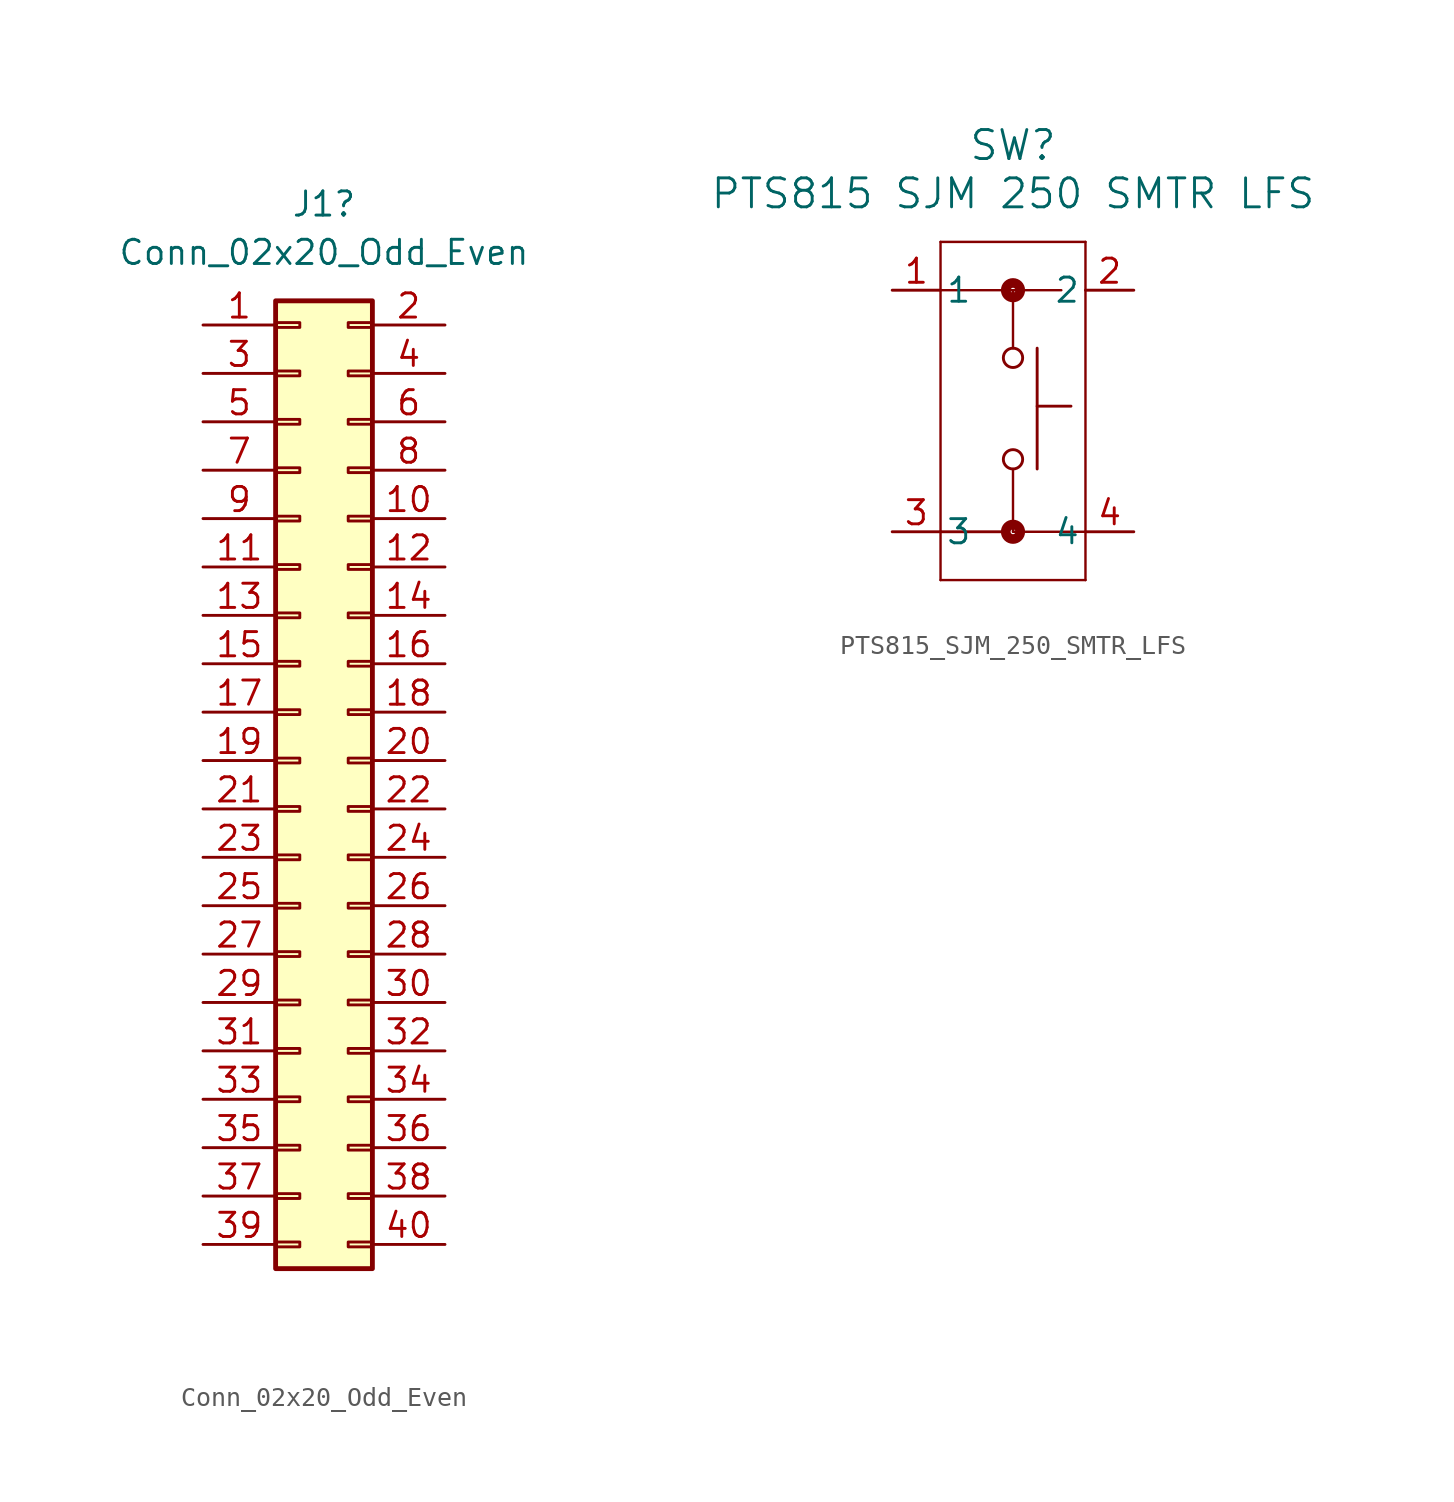
<source format=kicad_sym>
(kicad_symbol_lib
  (version 20241209)
  (generator "kicad_symbol_editor")
  (generator_version "9.0")
  (symbol "Conn_02x20_Odd_Even"
    (pin_names
      (offset 1.016)
      (hide yes))
    (property "Reference" "J1"
      (at 1.27 29.21 0)
      (effects (font (size 1.27 1.27))))
    (property "Value" "Conn_02x20_Odd_Even"
      (at 1.27 26.67 0)
      (effects (font (size 1.27 1.27))))
    (symbol "Conn_02x20_Odd_Even_1_1"
      (rectangle (start -1.27 24.13) (end 3.81 -26.67) (stroke (width 0.254) (type default)) (fill (type background)))
      (rectangle (start -1.27 22.987) (end 0 22.733) (stroke (width 0.152) (type default)) (fill (type none)))
      (rectangle (start -1.27 20.447) (end 0 20.193) (stroke (width 0.152) (type default)) (fill (type none)))
      (rectangle (start -1.27 17.907) (end 0 17.653) (stroke (width 0.152) (type default)) (fill (type none)))
      (rectangle (start -1.27 15.367) (end 0 15.113) (stroke (width 0.152) (type default)) (fill (type none)))
      (rectangle (start -1.27 12.827) (end 0 12.573) (stroke (width 0.152) (type default)) (fill (type none)))
      (rectangle (start -1.27 10.287) (end 0 10.033) (stroke (width 0.152) (type default)) (fill (type none)))
      (rectangle (start -1.27 7.747) (end 0 7.493) (stroke (width 0.152) (type default)) (fill (type none)))
      (rectangle (start -1.27 5.207) (end 0 4.953) (stroke (width 0.152) (type default)) (fill (type none)))
      (rectangle (start -1.27 2.667) (end 0 2.413) (stroke (width 0.152) (type default)) (fill (type none)))
      (rectangle (start -1.27 0.127) (end 0 -0.127) (stroke (width 0.152) (type default)) (fill (type none)))
      (rectangle (start -1.27 -2.413) (end 0 -2.667) (stroke (width 0.152) (type default)) (fill (type none)))
      (rectangle (start -1.27 -4.953) (end 0 -5.207) (stroke (width 0.152) (type default)) (fill (type none)))
      (rectangle (start -1.27 -7.493) (end 0 -7.747) (stroke (width 0.152) (type default)) (fill (type none)))
      (rectangle (start -1.27 -10.033) (end 0 -10.287) (stroke (width 0.152) (type default)) (fill (type none)))
      (rectangle (start -1.27 -12.573) (end 0 -12.827) (stroke (width 0.152) (type default)) (fill (type none)))
      (rectangle (start -1.27 -15.113) (end 0 -15.367) (stroke (width 0.152) (type default)) (fill (type none)))
      (rectangle (start -1.27 -17.653) (end 0 -17.907) (stroke (width 0.152) (type default)) (fill (type none)))
      (rectangle (start -1.27 -20.193) (end 0 -20.447) (stroke (width 0.152) (type default)) (fill (type none)))
      (rectangle (start -1.27 -22.733) (end 0 -22.987) (stroke (width 0.152) (type default)) (fill (type none)))
      (rectangle (start -1.27 -25.273) (end 0 -25.527) (stroke (width 0.152) (type default)) (fill (type none)))
      (rectangle (start 3.81 22.987) (end 2.54 22.733) (stroke (width 0.152) (type default)) (fill (type none)))
      (rectangle (start 3.81 20.447) (end 2.54 20.193) (stroke (width 0.152) (type default)) (fill (type none)))
      (rectangle (start 3.81 17.907) (end 2.54 17.653) (stroke (width 0.152) (type default)) (fill (type none)))
      (rectangle (start 3.81 15.367) (end 2.54 15.113) (stroke (width 0.152) (type default)) (fill (type none)))
      (rectangle (start 3.81 12.827) (end 2.54 12.573) (stroke (width 0.152) (type default)) (fill (type none)))
      (rectangle (start 3.81 10.287) (end 2.54 10.033) (stroke (width 0.152) (type default)) (fill (type none)))
      (rectangle (start 3.81 7.747) (end 2.54 7.493) (stroke (width 0.152) (type default)) (fill (type none)))
      (rectangle (start 3.81 5.207) (end 2.54 4.953) (stroke (width 0.152) (type default)) (fill (type none)))
      (rectangle (start 3.81 2.667) (end 2.54 2.413) (stroke (width 0.152) (type default)) (fill (type none)))
      (rectangle (start 3.81 0.127) (end 2.54 -0.127) (stroke (width 0.152) (type default)) (fill (type none)))
      (rectangle (start 3.81 -2.413) (end 2.54 -2.667) (stroke (width 0.152) (type default)) (fill (type none)))
      (rectangle (start 3.81 -4.953) (end 2.54 -5.207) (stroke (width 0.152) (type default)) (fill (type none)))
      (rectangle (start 3.81 -7.493) (end 2.54 -7.747) (stroke (width 0.152) (type default)) (fill (type none)))
      (rectangle (start 3.81 -10.033) (end 2.54 -10.287) (stroke (width 0.152) (type default)) (fill (type none)))
      (rectangle (start 3.81 -12.573) (end 2.54 -12.827) (stroke (width 0.152) (type default)) (fill (type none)))
      (rectangle (start 3.81 -15.113) (end 2.54 -15.367) (stroke (width 0.152) (type default)) (fill (type none)))
      (rectangle (start 3.81 -17.653) (end 2.54 -17.907) (stroke (width 0.152) (type default)) (fill (type none)))
      (rectangle (start 3.81 -20.193) (end 2.54 -20.447) (stroke (width 0.152) (type default)) (fill (type none)))
      (rectangle (start 3.81 -22.733) (end 2.54 -22.987) (stroke (width 0.152) (type default)) (fill (type none)))
      (rectangle (start 3.81 -25.273) (end 2.54 -25.527) (stroke (width 0.152) (type default)) (fill (type none)))
      (pin passive line (at -5.08 22.86 0) (length 3.81) (name "Pin_1" (effects (font (size 1.27 1.27)))) (number "1" (effects (font (size 1.27 1.27)))))
      (pin passive line (at -5.08 20.32 0) (length 3.81) (name "Pin_3" (effects (font (size 1.27 1.27)))) (number "3" (effects (font (size 1.27 1.27)))))
      (pin passive line (at -5.08 17.78 0) (length 3.81) (name "Pin_5" (effects (font (size 1.27 1.27)))) (number "5" (effects (font (size 1.27 1.27)))))
      (pin passive line (at -5.08 15.24 0) (length 3.81) (name "Pin_7" (effects (font (size 1.27 1.27)))) (number "7" (effects (font (size 1.27 1.27)))))
      (pin passive line (at -5.08 12.7 0) (length 3.81) (name "Pin_9" (effects (font (size 1.27 1.27)))) (number "9" (effects (font (size 1.27 1.27)))))
      (pin passive line (at -5.08 10.16 0) (length 3.81) (name "Pin_11" (effects (font (size 1.27 1.27)))) (number "11" (effects (font (size 1.27 1.27)))))
      (pin passive line (at -5.08 7.62 0) (length 3.81) (name "Pin_13" (effects (font (size 1.27 1.27)))) (number "13" (effects (font (size 1.27 1.27)))))
      (pin passive line (at -5.08 5.08 0) (length 3.81) (name "Pin_15" (effects (font (size 1.27 1.27)))) (number "15" (effects (font (size 1.27 1.27)))))
      (pin passive line (at -5.08 2.54 0) (length 3.81) (name "Pin_17" (effects (font (size 1.27 1.27)))) (number "17" (effects (font (size 1.27 1.27)))))
      (pin passive line (at -5.08 0 0) (length 3.81) (name "Pin_19" (effects (font (size 1.27 1.27)))) (number "19" (effects (font (size 1.27 1.27)))))
      (pin passive line (at -5.08 -2.54 0) (length 3.81) (name "Pin_21" (effects (font (size 1.27 1.27)))) (number "21" (effects (font (size 1.27 1.27)))))
      (pin passive line (at -5.08 -5.08 0) (length 3.81) (name "Pin_23" (effects (font (size 1.27 1.27)))) (number "23" (effects (font (size 1.27 1.27)))))
      (pin passive line (at -5.08 -7.62 0) (length 3.81) (name "Pin_25" (effects (font (size 1.27 1.27)))) (number "25" (effects (font (size 1.27 1.27)))))
      (pin passive line (at -5.08 -10.16 0) (length 3.81) (name "Pin_27" (effects (font (size 1.27 1.27)))) (number "27" (effects (font (size 1.27 1.27)))))
      (pin passive line (at -5.08 -12.7 0) (length 3.81) (name "Pin_29" (effects (font (size 1.27 1.27)))) (number "29" (effects (font (size 1.27 1.27)))))
      (pin passive line (at -5.08 -15.24 0) (length 3.81) (name "Pin_31" (effects (font (size 1.27 1.27)))) (number "31" (effects (font (size 1.27 1.27)))))
      (pin passive line (at -5.08 -17.78 0) (length 3.81) (name "Pin_33" (effects (font (size 1.27 1.27)))) (number "33" (effects (font (size 1.27 1.27)))))
      (pin passive line (at -5.08 -20.32 0) (length 3.81) (name "Pin_35" (effects (font (size 1.27 1.27)))) (number "35" (effects (font (size 1.27 1.27)))))
      (pin passive line (at -5.08 -22.86 0) (length 3.81) (name "Pin_37" (effects (font (size 1.27 1.27)))) (number "37" (effects (font (size 1.27 1.27)))))
      (pin passive line (at -5.08 -25.4 0) (length 3.81) (name "Pin_39" (effects (font (size 1.27 1.27)))) (number "39" (effects (font (size 1.27 1.27)))))
      (pin passive line (at 7.62 22.86 180) (length 3.81) (name "Pin_2" (effects (font (size 1.27 1.27)))) (number "2" (effects (font (size 1.27 1.27)))))
      (pin passive line (at 7.62 20.32 180) (length 3.81) (name "Pin_4" (effects (font (size 1.27 1.27)))) (number "4" (effects (font (size 1.27 1.27)))))
      (pin passive line (at 7.62 17.78 180) (length 3.81) (name "Pin_6" (effects (font (size 1.27 1.27)))) (number "6" (effects (font (size 1.27 1.27)))))
      (pin passive line (at 7.62 15.24 180) (length 3.81) (name "Pin_8" (effects (font (size 1.27 1.27)))) (number "8" (effects (font (size 1.27 1.27)))))
      (pin passive line (at 7.62 12.7 180) (length 3.81) (name "Pin_10" (effects (font (size 1.27 1.27)))) (number "10" (effects (font (size 1.27 1.27)))))
      (pin passive line (at 7.62 10.16 180) (length 3.81) (name "Pin_12" (effects (font (size 1.27 1.27)))) (number "12" (effects (font (size 1.27 1.27)))))
      (pin passive line (at 7.62 7.62 180) (length 3.81) (name "Pin_14" (effects (font (size 1.27 1.27)))) (number "14" (effects (font (size 1.27 1.27)))))
      (pin passive line (at 7.62 5.08 180) (length 3.81) (name "Pin_16" (effects (font (size 1.27 1.27)))) (number "16" (effects (font (size 1.27 1.27)))))
      (pin passive line (at 7.62 2.54 180) (length 3.81) (name "Pin_18" (effects (font (size 1.27 1.27)))) (number "18" (effects (font (size 1.27 1.27)))))
      (pin passive line (at 7.62 0 180) (length 3.81) (name "Pin_20" (effects (font (size 1.27 1.27)))) (number "20" (effects (font (size 1.27 1.27)))))
      (pin passive line (at 7.62 -2.54 180) (length 3.81) (name "Pin_22" (effects (font (size 1.27 1.27)))) (number "22" (effects (font (size 1.27 1.27)))))
      (pin passive line (at 7.62 -5.08 180) (length 3.81) (name "Pin_24" (effects (font (size 1.27 1.27)))) (number "24" (effects (font (size 1.27 1.27)))))
      (pin passive line (at 7.62 -7.62 180) (length 3.81) (name "Pin_26" (effects (font (size 1.27 1.27)))) (number "26" (effects (font (size 1.27 1.27)))))
      (pin passive line (at 7.62 -10.16 180) (length 3.81) (name "Pin_28" (effects (font (size 1.27 1.27)))) (number "28" (effects (font (size 1.27 1.27)))))
      (pin passive line (at 7.62 -12.7 180) (length 3.81) (name "Pin_30" (effects (font (size 1.27 1.27)))) (number "30" (effects (font (size 1.27 1.27)))))
      (pin passive line (at 7.62 -15.24 180) (length 3.81) (name "Pin_32" (effects (font (size 1.27 1.27)))) (number "32" (effects (font (size 1.27 1.27)))))
      (pin passive line (at 7.62 -17.78 180) (length 3.81) (name "Pin_34" (effects (font (size 1.27 1.27)))) (number "34" (effects (font (size 1.27 1.27)))))
      (pin passive line (at 7.62 -20.32 180) (length 3.81) (name "Pin_36" (effects (font (size 1.27 1.27)))) (number "36" (effects (font (size 1.27 1.27)))))
      (pin passive line (at 7.62 -22.86 180) (length 3.81) (name "Pin_38" (effects (font (size 1.27 1.27)))) (number "38" (effects (font (size 1.27 1.27)))))
      (pin passive line (at 7.62 -25.4 180) (length 3.81) (name "Pin_40" (effects (font (size 1.27 1.27)))) (number "40" (effects (font (size 1.27 1.27)))))))
  (symbol "PTS815_SJM_250_SMTR_LFS"
    (pin_names
      (offset 0.254))
    (property "Reference" "SW"
      (at 6.35 7.62 0)
      (effects (font (size 1.524 1.524))))
    (property "Value" "PTS815 SJM 250 SMTR LFS"
      (at 6.35 5.08 0)
      (effects (font (size 1.524 1.524))))
    (symbol "PTS815_SJM_250_SMTR_LFS_0_1"
      (polyline (pts (xy 2.54 2.54) (xy 2.54 -15.24)) (stroke (width 0.127) (type default)) (fill (type none)))
      (polyline (pts (xy 2.54 0) (xy 8.89 0)) (stroke (width 0.127) (type default)) (fill (type none)))
      (polyline (pts (xy 2.54 -15.24) (xy 10.16 -15.24)) (stroke (width 0.127) (type default)) (fill (type none)))
      (circle (center 6.35 0) (radius 0.127) (stroke (width 0.508) (type default)) (fill (type none)))
      (polyline (pts (xy 6.35 -3.048) (xy 6.35 0)) (stroke (width 0.127) (type default)) (fill (type none)))
      (polyline (pts (xy 6.35 -9.398) (xy 6.35 -12.7)) (stroke (width 0.127) (type default)) (fill (type none)))
      (circle (center 6.35 -12.7) (radius 0.127) (stroke (width 0.508) (type default)) (fill (type none)))
      (polyline (pts (xy 10.16 2.54) (xy 2.54 2.54)) (stroke (width 0.127) (type default)) (fill (type none)))
      (polyline (pts (xy 10.16 -12.7) (xy 6.35 -12.7)) (stroke (width 0.127) (type default)) (fill (type none)))
      (polyline (pts (xy 10.16 -15.24) (xy 10.16 2.54)) (stroke (width 0.127) (type default)) (fill (type none))))
    (symbol "PTS815_SJM_250_SMTR_LFS_1_1"
      (polyline (pts (xy 2.54 -12.7) (xy 6.096 -12.7)) (stroke (width 0) (type default)) (fill (type none)))
      (circle (center 5.08 -5.08) (radius 0.127) (stroke (width -0.0001) (type default)) (fill (type none)))
      (circle (center 6.35 -3.556) (radius 0.508) (stroke (width 0) (type default)) (fill (type none)))
      (circle (center 6.35 -8.89) (radius 0.508) (stroke (width 0) (type default)) (fill (type none)))
      (polyline (pts (xy 7.62 -3.048) (xy 7.62 -9.398)) (stroke (width 0) (type default)) (fill (type none)))
      (polyline (pts (xy 7.62 -6.096) (xy 9.398 -6.096)) (stroke (width 0) (type default)) (fill (type none)))
      (pin passive line (at 0 0 0) (length 2.54) (name "1" (effects (font (size 1.27 1.27)))) (number "1" (effects (font (size 1.27 1.27)))))
      (pin passive line (at 0 -12.7 0) (length 2.54) (name "3" (effects (font (size 1.27 1.27)))) (number "3" (effects (font (size 1.27 1.27)))))
      (pin passive line (at 12.7 0 180) (length 2.54) (name "2" (effects (font (size 1.27 1.27)))) (number "2" (effects (font (size 1.27 1.27)))))
      (pin passive line (at 12.7 -12.7 180) (length 2.54) (name "4" (effects (font (size 1.27 1.27)))) (number "4" (effects (font (size 1.27 1.27))))))))
</source>
